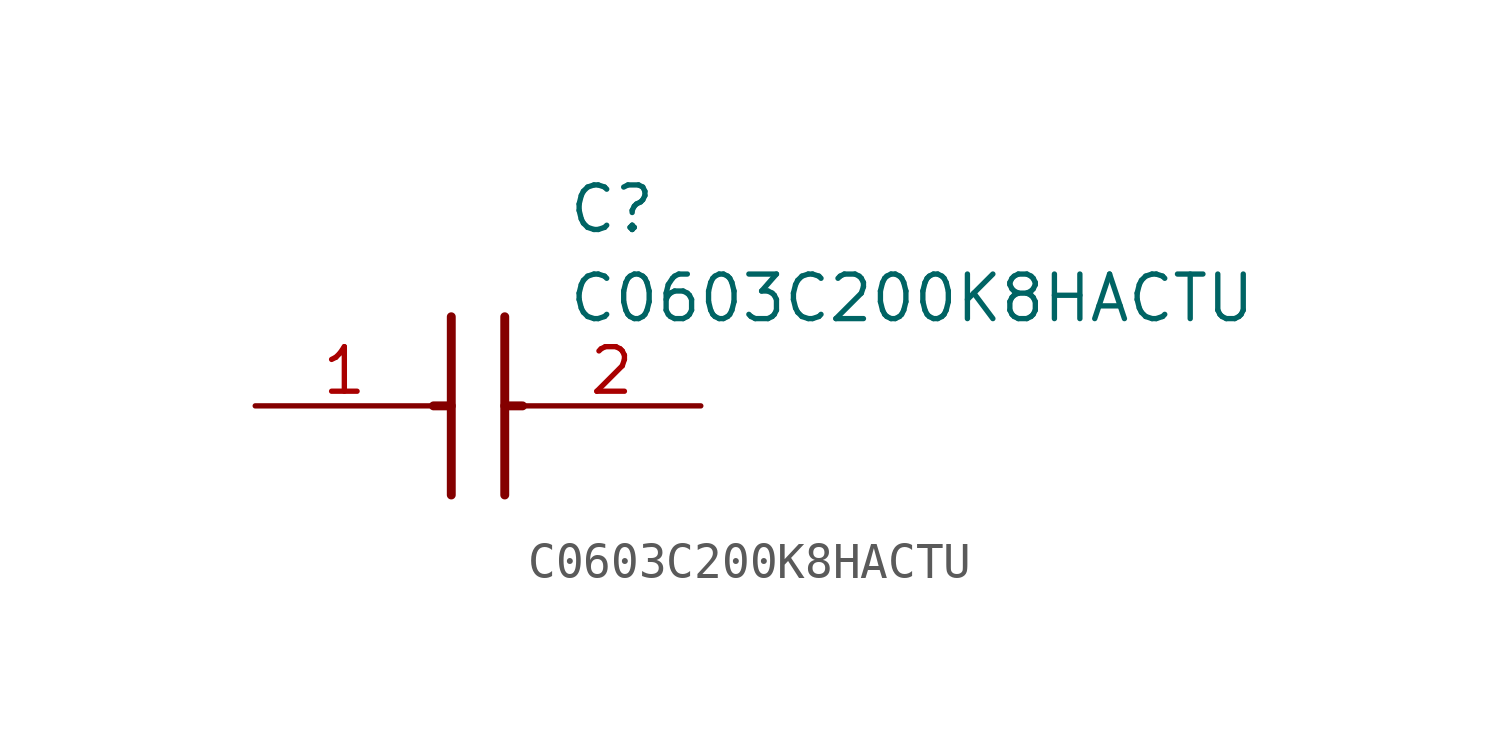
<source format=kicad_sym>
(kicad_symbol_lib
  (version 20211014)
  (generator SamacSys_ECAD_Model)
  (symbol "C0603C200K8HACTU"
    (pin_names hide)
    (property "Reference" "C"
      (at 8.89 6.35 0)
      (effects (font (size 1.27 1.27)) (justify left top)))
    (property "Value" "C0603C200K8HACTU"
      (at 8.89 3.81 0)
      (effects (font (size 1.27 1.27)) (justify left top)))
    (polyline
      (pts (xy 5.588 2.54) (xy 5.588 -2.54))
      (stroke (width 0.254) (type default))
      (fill (type none)))
    (polyline
      (pts (xy 7.112 2.54) (xy 7.112 -2.54))
      (stroke (width 0.254) (type default))
      (fill (type none)))
    (polyline
      (pts (xy 5.08 0) (xy 5.588 0))
      (stroke (width 0.254) (type default))
      (fill (type none)))
    (polyline
      (pts (xy 7.112 0) (xy 7.62 0))
      (stroke (width 0.254) (type default))
      (fill (type none)))
    (pin passive line
      (at 0 0 0)
      (length 5.08)
      (name "1" (effects (font (size 1.27 1.27))))
      (number "1" (effects (font (size 1.27 1.27)))))
    (pin passive line
      (at 12.7 0 180)
      (length 5.08)
      (name "2" (effects (font (size 1.27 1.27))))
      (number "2" (effects (font (size 1.27 1.27)))))))
</source>
